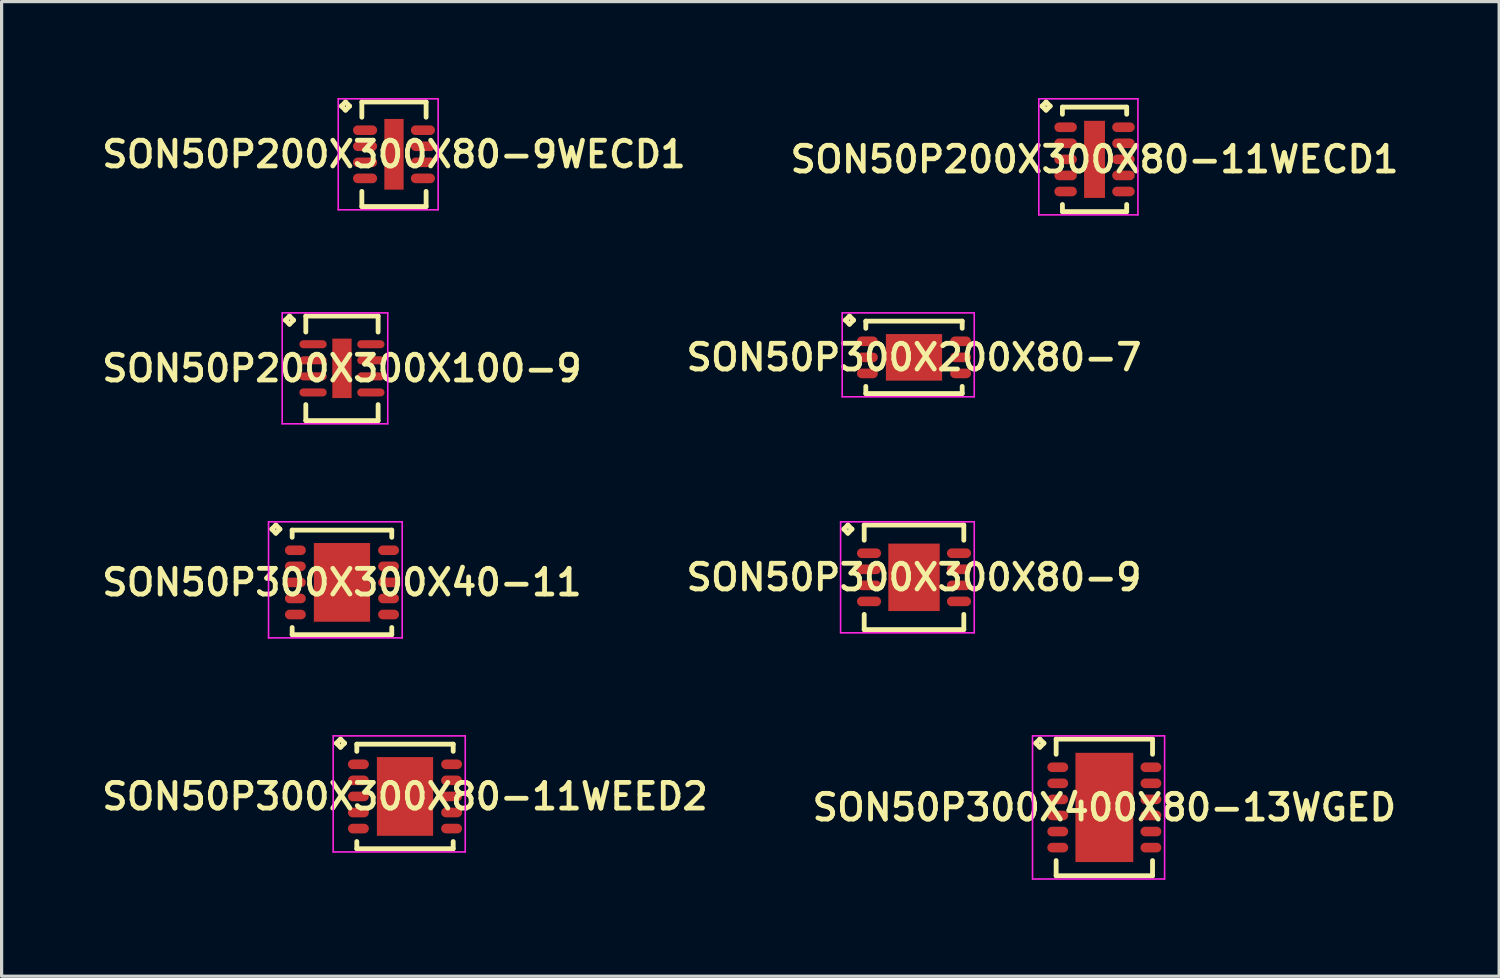
<source format=kicad_pcb>
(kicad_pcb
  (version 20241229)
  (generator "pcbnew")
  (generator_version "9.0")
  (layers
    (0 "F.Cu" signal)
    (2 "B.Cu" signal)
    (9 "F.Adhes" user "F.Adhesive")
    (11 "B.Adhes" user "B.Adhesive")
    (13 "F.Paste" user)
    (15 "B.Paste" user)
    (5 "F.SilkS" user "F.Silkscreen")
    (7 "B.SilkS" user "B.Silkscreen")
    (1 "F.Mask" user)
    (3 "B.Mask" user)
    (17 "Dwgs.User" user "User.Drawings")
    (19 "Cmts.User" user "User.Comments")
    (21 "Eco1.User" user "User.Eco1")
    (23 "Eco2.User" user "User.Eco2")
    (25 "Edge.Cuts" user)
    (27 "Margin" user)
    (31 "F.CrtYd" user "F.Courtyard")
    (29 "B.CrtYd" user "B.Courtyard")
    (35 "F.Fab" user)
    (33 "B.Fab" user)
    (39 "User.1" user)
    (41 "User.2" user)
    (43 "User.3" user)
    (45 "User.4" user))
  (footprint "SON50P200X300X100-9"
    (layer "F.Cu")
    (at 7.593 8.414)
    (property "Reference" "SON50P200X300X100-9" (at 0 0 0) (layer "F.SilkS") (effects (font (size 0.8 0.8) (thickness 0.15))))
    (attr smd)
    (fp_line (start -1.76 -1.5) (end -1.633 -1.627) (stroke (width 0.15) (type solid)) (layer "F.SilkS"))
    (fp_line (start -1.633 -1.627) (end -1.506 -1.5) (stroke (width 0.15) (type solid)) (layer "F.SilkS"))
    (fp_line (start -1.633 -1.373) (end -1.76 -1.5) (stroke (width 0.15) (type solid)) (layer "F.SilkS"))
    (fp_line (start -1.506 -1.5) (end -1.633 -1.373) (stroke (width 0.15) (type solid)) (layer "F.SilkS"))
    (fp_line (start -1.125 -1.627) (end 1.125 -1.627) (stroke (width 0.15) (type solid)) (layer "F.SilkS"))
    (fp_line (start -1.125 -1.129) (end -1.125 -1.627) (stroke (width 0.15) (type solid)) (layer "F.SilkS"))
    (fp_line (start -1.125 1.129) (end -1.125 1.627) (stroke (width 0.15) (type solid)) (layer "F.SilkS"))
    (fp_line (start -1.125 1.627) (end 1.125 1.627) (stroke (width 0.15) (type solid)) (layer "F.SilkS"))
    (fp_line (start 1.125 -1.627) (end 1.125 -1.129) (stroke (width 0.15) (type solid)) (layer "F.SilkS"))
    (fp_line (start 1.125 1.627) (end 1.125 1.129) (stroke (width 0.15) (type solid)) (layer "F.SilkS"))
    (fp_line (start -1.86 -1.727) (end 1.425 -1.727) (stroke (width 0.05) (type solid)) (layer "F.CrtYd"))
    (fp_line (start -1.86 1.727) (end -1.86 -1.727) (stroke (width 0.05) (type solid)) (layer "F.CrtYd"))
    (fp_line (start 1.425 -1.727) (end 1.425 1.727) (stroke (width 0.05) (type solid)) (layer "F.CrtYd"))
    (fp_line (start 1.425 1.727) (end -1.86 1.727) (stroke (width 0.05) (type solid)) (layer "F.CrtYd"))
    (pad "1" smd oval (at -0.9 -0.75) (size 0.85 0.25) (layers "F.Cu" "F.Mask" "F.Paste"))
    (pad "2" smd oval (at -0.9 -0.25) (size 0.85 0.25) (layers "F.Cu" "F.Mask" "F.Paste"))
    (pad "3" smd oval (at -0.9 0.25) (size 0.85 0.25) (layers "F.Cu" "F.Mask" "F.Paste"))
    (pad "4" smd oval (at -0.9 0.75) (size 0.85 0.25) (layers "F.Cu" "F.Mask" "F.Paste"))
    (pad "5" smd oval (at 0.9 0.75) (size 0.85 0.25) (layers "F.Cu" "F.Mask" "F.Paste"))
    (pad "6" smd oval (at 0.9 0.25) (size 0.85 0.25) (layers "F.Cu" "F.Mask" "F.Paste"))
    (pad "7" smd oval (at 0.9 -0.25) (size 0.85 0.25) (layers "F.Cu" "F.Mask" "F.Paste"))
    (pad "8" smd oval (at 0.9 -0.75) (size 0.85 0.25) (layers "F.Cu" "F.Mask" "F.Paste"))
    (pad "9" smd rect (at 0 0) (size 0.6 1.85) (layers "F.Cu" "F.Mask" "F.Paste")))
  (footprint "SON50P300X300X80-9"
    (layer "F.Cu")
    (at 25.397 14.918)
    (property "Reference" "SON50P300X300X80-9" (at 0 0 0) (layer "F.SilkS") (effects (font (size 0.8 0.8) (thickness 0.15))))
    (attr smd)
    (fp_line (start -2.185 -1.5) (end -2.058 -1.627) (stroke (width 0.15) (type solid)) (layer "F.SilkS"))
    (fp_line (start -2.058 -1.627) (end -1.931 -1.5) (stroke (width 0.15) (type solid)) (layer "F.SilkS"))
    (fp_line (start -2.058 -1.373) (end -2.185 -1.5) (stroke (width 0.15) (type solid)) (layer "F.SilkS"))
    (fp_line (start -1.931 -1.5) (end -2.058 -1.373) (stroke (width 0.15) (type solid)) (layer "F.SilkS"))
    (fp_line (start -1.55 -1.627) (end 1.55 -1.627) (stroke (width 0.15) (type solid)) (layer "F.SilkS"))
    (fp_line (start -1.55 -1.154) (end -1.55 -1.627) (stroke (width 0.15) (type solid)) (layer "F.SilkS"))
    (fp_line (start -1.55 1.154) (end -1.55 1.627) (stroke (width 0.15) (type solid)) (layer "F.SilkS"))
    (fp_line (start -1.55 1.627) (end 1.55 1.627) (stroke (width 0.15) (type solid)) (layer "F.SilkS"))
    (fp_line (start 1.55 -1.627) (end 1.55 -1.154) (stroke (width 0.15) (type solid)) (layer "F.SilkS"))
    (fp_line (start 1.55 1.627) (end 1.55 1.154) (stroke (width 0.15) (type solid)) (layer "F.SilkS"))
    (fp_line (start -2.285 -1.727) (end 1.875 -1.727) (stroke (width 0.05) (type solid)) (layer "F.CrtYd"))
    (fp_line (start -2.285 1.727) (end -2.285 -1.727) (stroke (width 0.05) (type solid)) (layer "F.CrtYd"))
    (fp_line (start 1.875 -1.727) (end 1.875 1.727) (stroke (width 0.05) (type solid)) (layer "F.CrtYd"))
    (fp_line (start 1.875 1.727) (end -2.285 1.727) (stroke (width 0.05) (type solid)) (layer "F.CrtYd"))
    (pad "1" smd oval (at -1.4 -0.75) (size 0.75 0.3) (layers "F.Cu" "F.Mask" "F.Paste"))
    (pad "2" smd oval (at -1.4 -0.25) (size 0.75 0.3) (layers "F.Cu" "F.Mask" "F.Paste"))
    (pad "3" smd oval (at -1.4 0.25) (size 0.75 0.3) (layers "F.Cu" "F.Mask" "F.Paste"))
    (pad "4" smd oval (at -1.4 0.75) (size 0.75 0.3) (layers "F.Cu" "F.Mask" "F.Paste"))
    (pad "5" smd oval (at 1.4 0.75) (size 0.75 0.3) (layers "F.Cu" "F.Mask" "F.Paste"))
    (pad "6" smd oval (at 1.4 0.25) (size 0.75 0.3) (layers "F.Cu" "F.Mask" "F.Paste"))
    (pad "7" smd oval (at 1.4 -0.25) (size 0.75 0.3) (layers "F.Cu" "F.Mask" "F.Paste"))
    (pad "8" smd oval (at 1.4 -0.75) (size 0.75 0.3) (layers "F.Cu" "F.Mask" "F.Paste"))
    (pad "9" smd rect (at 0 0) (size 1.6 2.1) (layers "F.Cu" "F.Mask" "F.Paste")))
  (footprint "SON50P200X300X80-11WECD1"
    (layer "F.Cu")
    (at 31.016 1.91)
    (property "Reference" "SON50P200X300X80-11WECD1" (at 0 0 0) (layer "F.SilkS") (effects (font (size 0.8 0.8) (thickness 0.15))))
    (attr smd)
    (fp_line (start -1.635 -1.658) (end -1.508 -1.785) (stroke (width 0.15) (type solid)) (layer "F.SilkS"))
    (fp_line (start -1.508 -1.785) (end -1.381 -1.658) (stroke (width 0.15) (type solid)) (layer "F.SilkS"))
    (fp_line (start -1.508 -1.531) (end -1.635 -1.658) (stroke (width 0.15) (type solid)) (layer "F.SilkS"))
    (fp_line (start -1.381 -1.658) (end -1.508 -1.531) (stroke (width 0.15) (type solid)) (layer "F.SilkS"))
    (fp_line (start -1 -1.627) (end 1 -1.627) (stroke (width 0.15) (type solid)) (layer "F.SilkS"))
    (fp_line (start -1 -1.404) (end -1 -1.627) (stroke (width 0.15) (type solid)) (layer "F.SilkS"))
    (fp_line (start -1 1.404) (end -1 1.627) (stroke (width 0.15) (type solid)) (layer "F.SilkS"))
    (fp_line (start -1 1.627) (end 1 1.627) (stroke (width 0.15) (type solid)) (layer "F.SilkS"))
    (fp_line (start 1 -1.627) (end 1 -1.404) (stroke (width 0.15) (type solid)) (layer "F.SilkS"))
    (fp_line (start 1 1.627) (end 1 1.404) (stroke (width 0.15) (type solid)) (layer "F.SilkS"))
    (fp_line (start -1.735 -1.885) (end 1.35 -1.885) (stroke (width 0.05) (type solid)) (layer "F.CrtYd"))
    (fp_line (start -1.735 1.727) (end -1.735 -1.885) (stroke (width 0.05) (type solid)) (layer "F.CrtYd"))
    (fp_line (start 1.35 -1.885) (end 1.35 1.727) (stroke (width 0.05) (type solid)) (layer "F.CrtYd"))
    (fp_line (start 1.35 1.727) (end -1.735 1.727) (stroke (width 0.05) (type solid)) (layer "F.CrtYd"))
    (pad "1" smd oval (at -0.9 -1) (size 0.7 0.3) (layers "F.Cu" "F.Mask" "F.Paste"))
    (pad "2" smd oval (at -0.9 -0.5) (size 0.7 0.3) (layers "F.Cu" "F.Mask" "F.Paste"))
    (pad "3" smd oval (at -0.9 0) (size 0.7 0.3) (layers "F.Cu" "F.Mask" "F.Paste"))
    (pad "4" smd oval (at -0.9 0.5) (size 0.7 0.3) (layers "F.Cu" "F.Mask" "F.Paste"))
    (pad "5" smd oval (at -0.9 1) (size 0.7 0.3) (layers "F.Cu" "F.Mask" "F.Paste"))
    (pad "6" smd oval (at 0.9 1) (size 0.7 0.3) (layers "F.Cu" "F.Mask" "F.Paste"))
    (pad "7" smd oval (at 0.9 0.5) (size 0.7 0.3) (layers "F.Cu" "F.Mask" "F.Paste"))
    (pad "8" smd oval (at 0.9 0) (size 0.7 0.3) (layers "F.Cu" "F.Mask" "F.Paste"))
    (pad "9" smd oval (at 0.9 -0.5) (size 0.7 0.3) (layers "F.Cu" "F.Mask" "F.Paste"))
    (pad "10" smd oval (at 0.9 -1) (size 0.7 0.3) (layers "F.Cu" "F.Mask" "F.Paste"))
    (pad "11" smd rect (at 0 0) (size 0.65 2.4) (layers "F.Cu" "F.Mask" "F.Paste")))
  (footprint "SON50P300X300X80-11WEED2"
    (layer "F.Cu")
    (at 9.555 21.738)
    (property "Reference" "SON50P300X300X80-11WEED2" (at 0 0 0) (layer "F.SilkS") (effects (font (size 0.8 0.8) (thickness 0.15))))
    (attr smd)
    (fp_line (start -2.135 -1.658) (end -2.008 -1.785) (stroke (width 0.15) (type solid)) (layer "F.SilkS"))
    (fp_line (start -2.008 -1.785) (end -1.881 -1.658) (stroke (width 0.15) (type solid)) (layer "F.SilkS"))
    (fp_line (start -2.008 -1.531) (end -2.135 -1.658) (stroke (width 0.15) (type solid)) (layer "F.SilkS"))
    (fp_line (start -1.881 -1.658) (end -2.008 -1.531) (stroke (width 0.15) (type solid)) (layer "F.SilkS"))
    (fp_line (start -1.5 -1.627) (end 1.5 -1.627) (stroke (width 0.15) (type solid)) (layer "F.SilkS"))
    (fp_line (start -1.5 -1.404) (end -1.5 -1.627) (stroke (width 0.15) (type solid)) (layer "F.SilkS"))
    (fp_line (start -1.5 1.404) (end -1.5 1.627) (stroke (width 0.15) (type solid)) (layer "F.SilkS"))
    (fp_line (start -1.5 1.627) (end 1.5 1.627) (stroke (width 0.15) (type solid)) (layer "F.SilkS"))
    (fp_line (start 1.5 -1.627) (end 1.5 -1.404) (stroke (width 0.15) (type solid)) (layer "F.SilkS"))
    (fp_line (start 1.5 1.627) (end 1.5 1.404) (stroke (width 0.15) (type solid)) (layer "F.SilkS"))
    (fp_line (start -2.235 -1.885) (end 1.875 -1.885) (stroke (width 0.05) (type solid)) (layer "F.CrtYd"))
    (fp_line (start -2.235 1.727) (end -2.235 -1.885) (stroke (width 0.05) (type solid)) (layer "F.CrtYd"))
    (fp_line (start 1.875 -1.885) (end 1.875 1.727) (stroke (width 0.05) (type solid)) (layer "F.CrtYd"))
    (fp_line (start 1.875 1.727) (end -2.235 1.727) (stroke (width 0.05) (type solid)) (layer "F.CrtYd"))
    (pad "1" smd oval (at -1.45 -1) (size 0.65 0.3) (layers "F.Cu" "F.Mask" "F.Paste"))
    (pad "2" smd oval (at -1.45 -0.5) (size 0.65 0.3) (layers "F.Cu" "F.Mask" "F.Paste"))
    (pad "3" smd oval (at -1.45 0) (size 0.65 0.3) (layers "F.Cu" "F.Mask" "F.Paste"))
    (pad "4" smd oval (at -1.45 0.5) (size 0.65 0.3) (layers "F.Cu" "F.Mask" "F.Paste"))
    (pad "5" smd oval (at -1.45 1) (size 0.65 0.3) (layers "F.Cu" "F.Mask" "F.Paste"))
    (pad "6" smd oval (at 1.45 1) (size 0.65 0.3) (layers "F.Cu" "F.Mask" "F.Paste"))
    (pad "7" smd oval (at 1.45 0.5) (size 0.65 0.3) (layers "F.Cu" "F.Mask" "F.Paste"))
    (pad "8" smd oval (at 1.45 0) (size 0.65 0.3) (layers "F.Cu" "F.Mask" "F.Paste"))
    (pad "9" smd oval (at 1.45 -0.5) (size 0.65 0.3) (layers "F.Cu" "F.Mask" "F.Paste"))
    (pad "10" smd oval (at 1.45 -1) (size 0.65 0.3) (layers "F.Cu" "F.Mask" "F.Paste"))
    (pad "11" smd rect (at 0 0) (size 1.75 2.45) (layers "F.Cu" "F.Mask" "F.Paste")))
  (footprint "SON50P300X400X80-13WGED"
    (layer "F.Cu")
    (at 31.321 22.08)
    (property "Reference" "SON50P300X400X80-13WGED" (at 0 0 0) (layer "F.SilkS") (effects (font (size 0.8 0.8) (thickness 0.15))))
    (attr smd)
    (fp_line (start -2.135 -2) (end -2.008 -2.127) (stroke (width 0.15) (type solid)) (layer "F.SilkS"))
    (fp_line (start -2.008 -2.127) (end -1.881 -2) (stroke (width 0.15) (type solid)) (layer "F.SilkS"))
    (fp_line (start -2.008 -1.873) (end -2.135 -2) (stroke (width 0.15) (type solid)) (layer "F.SilkS"))
    (fp_line (start -1.881 -2) (end -2.008 -1.873) (stroke (width 0.15) (type solid)) (layer "F.SilkS"))
    (fp_line (start -1.5 -2.127) (end 1.5 -2.127) (stroke (width 0.15) (type solid)) (layer "F.SilkS"))
    (fp_line (start -1.5 -1.654) (end -1.5 -2.127) (stroke (width 0.15) (type solid)) (layer "F.SilkS"))
    (fp_line (start -1.5 1.654) (end -1.5 2.127) (stroke (width 0.15) (type solid)) (layer "F.SilkS"))
    (fp_line (start -1.5 2.127) (end 1.5 2.127) (stroke (width 0.15) (type solid)) (layer "F.SilkS"))
    (fp_line (start 1.5 -2.127) (end 1.5 -1.654) (stroke (width 0.15) (type solid)) (layer "F.SilkS"))
    (fp_line (start 1.5 2.127) (end 1.5 1.654) (stroke (width 0.15) (type solid)) (layer "F.SilkS"))
    (fp_line (start -2.235 -2.227) (end 1.875 -2.227) (stroke (width 0.05) (type solid)) (layer "F.CrtYd"))
    (fp_line (start -2.235 2.227) (end -2.235 -2.227) (stroke (width 0.05) (type solid)) (layer "F.CrtYd"))
    (fp_line (start 1.875 -2.227) (end 1.875 2.227) (stroke (width 0.05) (type solid)) (layer "F.CrtYd"))
    (fp_line (start 1.875 2.227) (end -2.235 2.227) (stroke (width 0.05) (type solid)) (layer "F.CrtYd"))
    (pad "1" smd oval (at -1.45 -1.25) (size 0.65 0.3) (layers "F.Cu" "F.Mask" "F.Paste"))
    (pad "2" smd oval (at -1.45 -0.75) (size 0.65 0.3) (layers "F.Cu" "F.Mask" "F.Paste"))
    (pad "3" smd oval (at -1.45 -0.25) (size 0.65 0.3) (layers "F.Cu" "F.Mask" "F.Paste"))
    (pad "4" smd oval (at -1.45 0.25) (size 0.65 0.3) (layers "F.Cu" "F.Mask" "F.Paste"))
    (pad "5" smd oval (at -1.45 0.75) (size 0.65 0.3) (layers "F.Cu" "F.Mask" "F.Paste"))
    (pad "6" smd oval (at -1.45 1.25) (size 0.65 0.3) (layers "F.Cu" "F.Mask" "F.Paste"))
    (pad "7" smd oval (at 1.45 1.25) (size 0.65 0.3) (layers "F.Cu" "F.Mask" "F.Paste"))
    (pad "8" smd oval (at 1.45 0.75) (size 0.65 0.3) (layers "F.Cu" "F.Mask" "F.Paste"))
    (pad "9" smd oval (at 1.45 0.25) (size 0.65 0.3) (layers "F.Cu" "F.Mask" "F.Paste"))
    (pad "10" smd oval (at 1.45 -0.25) (size 0.65 0.3) (layers "F.Cu" "F.Mask" "F.Paste"))
    (pad "11" smd oval (at 1.45 -0.75) (size 0.65 0.3) (layers "F.Cu" "F.Mask" "F.Paste"))
    (pad "12" smd oval (at 1.45 -1.25) (size 0.65 0.3) (layers "F.Cu" "F.Mask" "F.Paste"))
    (pad "13" smd rect (at 0 0) (size 1.8 3.4) (layers "F.Cu" "F.Mask" "F.Paste")))
  (footprint "SON50P200X300X80-9WECD1"
    (layer "F.Cu")
    (at 9.212 1.752)
    (property "Reference" "SON50P200X300X80-9WECD1" (at 0 0 0) (layer "F.SilkS") (effects (font (size 0.8 0.8) (thickness 0.15))))
    (attr smd)
    (fp_line (start -1.635 -1.5) (end -1.508 -1.627) (stroke (width 0.15) (type solid)) (layer "F.SilkS"))
    (fp_line (start -1.508 -1.627) (end -1.381 -1.5) (stroke (width 0.15) (type solid)) (layer "F.SilkS"))
    (fp_line (start -1.508 -1.373) (end -1.635 -1.5) (stroke (width 0.15) (type solid)) (layer "F.SilkS"))
    (fp_line (start -1.381 -1.5) (end -1.508 -1.373) (stroke (width 0.15) (type solid)) (layer "F.SilkS"))
    (fp_line (start -1 -1.627) (end 1 -1.627) (stroke (width 0.15) (type solid)) (layer "F.SilkS"))
    (fp_line (start -1 -1.154) (end -1 -1.627) (stroke (width 0.15) (type solid)) (layer "F.SilkS"))
    (fp_line (start -1 1.154) (end -1 1.627) (stroke (width 0.15) (type solid)) (layer "F.SilkS"))
    (fp_line (start -1 1.627) (end 1 1.627) (stroke (width 0.15) (type solid)) (layer "F.SilkS"))
    (fp_line (start 1 -1.627) (end 1 -1.154) (stroke (width 0.15) (type solid)) (layer "F.SilkS"))
    (fp_line (start 1 1.627) (end 1 1.154) (stroke (width 0.15) (type solid)) (layer "F.SilkS"))
    (fp_line (start -1.735 -1.727) (end 1.375 -1.727) (stroke (width 0.05) (type solid)) (layer "F.CrtYd"))
    (fp_line (start -1.735 1.727) (end -1.735 -1.727) (stroke (width 0.05) (type solid)) (layer "F.CrtYd"))
    (fp_line (start 1.375 -1.727) (end 1.375 1.727) (stroke (width 0.05) (type solid)) (layer "F.CrtYd"))
    (fp_line (start 1.375 1.727) (end -1.735 1.727) (stroke (width 0.05) (type solid)) (layer "F.CrtYd"))
    (pad "1" smd oval (at -0.9 -0.75) (size 0.75 0.3) (layers "F.Cu" "F.Mask" "F.Paste"))
    (pad "2" smd oval (at -0.9 -0.25) (size 0.75 0.3) (layers "F.Cu" "F.Mask" "F.Paste"))
    (pad "3" smd oval (at -0.9 0.25) (size 0.75 0.3) (layers "F.Cu" "F.Mask" "F.Paste"))
    (pad "4" smd oval (at -0.9 0.75) (size 0.75 0.3) (layers "F.Cu" "F.Mask" "F.Paste"))
    (pad "5" smd oval (at 0.9 0.75) (size 0.75 0.3) (layers "F.Cu" "F.Mask" "F.Paste"))
    (pad "6" smd oval (at 0.9 0.25) (size 0.75 0.3) (layers "F.Cu" "F.Mask" "F.Paste"))
    (pad "7" smd oval (at 0.9 -0.25) (size 0.75 0.3) (layers "F.Cu" "F.Mask" "F.Paste"))
    (pad "8" smd oval (at 0.9 -0.75) (size 0.75 0.3) (layers "F.Cu" "F.Mask" "F.Paste"))
    (pad "9" smd rect (at 0 0) (size 0.6 2.2) (layers "F.Cu" "F.Mask" "F.Paste")))
  (footprint "SON50P300X300X40-11"
    (layer "F.Cu")
    (at 7.593 15.076)
    (property "Reference" "SON50P300X300X40-11" (at 0 0 0) (layer "F.SilkS") (effects (font (size 0.8 0.8) (thickness 0.15))))
    (attr smd)
    (fp_line (start -2.185 -1.658) (end -2.058 -1.785) (stroke (width 0.15) (type solid)) (layer "F.SilkS"))
    (fp_line (start -2.058 -1.785) (end -1.931 -1.658) (stroke (width 0.15) (type solid)) (layer "F.SilkS"))
    (fp_line (start -2.058 -1.531) (end -2.185 -1.658) (stroke (width 0.15) (type solid)) (layer "F.SilkS"))
    (fp_line (start -1.931 -1.658) (end -2.058 -1.531) (stroke (width 0.15) (type solid)) (layer "F.SilkS"))
    (fp_line (start -1.55 -1.627) (end 1.55 -1.627) (stroke (width 0.15) (type solid)) (layer "F.SilkS"))
    (fp_line (start -1.55 -1.404) (end -1.55 -1.627) (stroke (width 0.15) (type solid)) (layer "F.SilkS"))
    (fp_line (start -1.55 1.404) (end -1.55 1.627) (stroke (width 0.15) (type solid)) (layer "F.SilkS"))
    (fp_line (start -1.55 1.627) (end 1.55 1.627) (stroke (width 0.15) (type solid)) (layer "F.SilkS"))
    (fp_line (start 1.55 -1.627) (end 1.55 -1.404) (stroke (width 0.15) (type solid)) (layer "F.SilkS"))
    (fp_line (start 1.55 1.627) (end 1.55 1.404) (stroke (width 0.15) (type solid)) (layer "F.SilkS"))
    (fp_line (start -2.285 -1.885) (end 1.875 -1.885) (stroke (width 0.05) (type solid)) (layer "F.CrtYd"))
    (fp_line (start -2.285 1.727) (end -2.285 -1.885) (stroke (width 0.05) (type solid)) (layer "F.CrtYd"))
    (fp_line (start 1.875 -1.885) (end 1.875 1.727) (stroke (width 0.05) (type solid)) (layer "F.CrtYd"))
    (fp_line (start 1.875 1.727) (end -2.285 1.727) (stroke (width 0.05) (type solid)) (layer "F.CrtYd"))
    (pad "1" smd oval (at -1.45 -1) (size 0.65 0.3) (layers "F.Cu" "F.Mask" "F.Paste"))
    (pad "2" smd oval (at -1.45 -0.5) (size 0.65 0.3) (layers "F.Cu" "F.Mask" "F.Paste"))
    (pad "3" smd oval (at -1.45 0) (size 0.65 0.3) (layers "F.Cu" "F.Mask" "F.Paste"))
    (pad "4" smd oval (at -1.45 0.5) (size 0.65 0.3) (layers "F.Cu" "F.Mask" "F.Paste"))
    (pad "5" smd oval (at -1.45 1) (size 0.65 0.3) (layers "F.Cu" "F.Mask" "F.Paste"))
    (pad "6" smd oval (at 1.45 1) (size 0.65 0.3) (layers "F.Cu" "F.Mask" "F.Paste"))
    (pad "7" smd oval (at 1.45 0.5) (size 0.65 0.3) (layers "F.Cu" "F.Mask" "F.Paste"))
    (pad "8" smd oval (at 1.45 0) (size 0.65 0.3) (layers "F.Cu" "F.Mask" "F.Paste"))
    (pad "9" smd oval (at 1.45 -0.5) (size 0.65 0.3) (layers "F.Cu" "F.Mask" "F.Paste"))
    (pad "10" smd oval (at 1.45 -1) (size 0.65 0.3) (layers "F.Cu" "F.Mask" "F.Paste"))
    (pad "11" smd rect (at 0 0) (size 1.75 2.45) (layers "F.Cu" "F.Mask" "F.Paste")))
  (footprint "SON50P300X200X80-7"
    (layer "F.Cu")
    (at 25.397 8.072)
    (property "Reference" "SON50P300X200X80-7" (at 0 0 0) (layer "F.SilkS") (effects (font (size 0.8 0.8) (thickness 0.15))))
    (attr smd)
    (fp_line (start -2.135 -1.158) (end -2.008 -1.285) (stroke (width 0.15) (type solid)) (layer "F.SilkS"))
    (fp_line (start -2.008 -1.285) (end -1.881 -1.158) (stroke (width 0.15) (type solid)) (layer "F.SilkS"))
    (fp_line (start -2.008 -1.031) (end -2.135 -1.158) (stroke (width 0.15) (type solid)) (layer "F.SilkS"))
    (fp_line (start -1.881 -1.158) (end -2.008 -1.031) (stroke (width 0.15) (type solid)) (layer "F.SilkS"))
    (fp_line (start -1.5 -1.127) (end 1.5 -1.127) (stroke (width 0.15) (type solid)) (layer "F.SilkS"))
    (fp_line (start -1.5 -0.904) (end -1.5 -1.127) (stroke (width 0.15) (type solid)) (layer "F.SilkS"))
    (fp_line (start -1.5 0.904) (end -1.5 1.127) (stroke (width 0.15) (type solid)) (layer "F.SilkS"))
    (fp_line (start -1.5 1.127) (end 1.5 1.127) (stroke (width 0.15) (type solid)) (layer "F.SilkS"))
    (fp_line (start 1.5 -1.127) (end 1.5 -0.904) (stroke (width 0.15) (type solid)) (layer "F.SilkS"))
    (fp_line (start 1.5 1.127) (end 1.5 0.904) (stroke (width 0.15) (type solid)) (layer "F.SilkS"))
    (fp_line (start -2.235 -1.385) (end 1.875 -1.385) (stroke (width 0.05) (type solid)) (layer "F.CrtYd"))
    (fp_line (start -2.235 1.227) (end -2.235 -1.385) (stroke (width 0.05) (type solid)) (layer "F.CrtYd"))
    (fp_line (start 1.875 -1.385) (end 1.875 1.227) (stroke (width 0.05) (type solid)) (layer "F.CrtYd"))
    (fp_line (start 1.875 1.227) (end -2.235 1.227) (stroke (width 0.05) (type solid)) (layer "F.CrtYd"))
    (pad "1" smd oval (at -1.45 -0.5) (size 0.65 0.3) (layers "F.Cu" "F.Mask" "F.Paste"))
    (pad "2" smd oval (at -1.45 0) (size 0.65 0.3) (layers "F.Cu" "F.Mask" "F.Paste"))
    (pad "3" smd oval (at -1.45 0.5) (size 0.65 0.3) (layers "F.Cu" "F.Mask" "F.Paste"))
    (pad "4" smd oval (at 1.45 0.5) (size 0.65 0.3) (layers "F.Cu" "F.Mask" "F.Paste"))
    (pad "5" smd oval (at 1.45 0) (size 0.65 0.3) (layers "F.Cu" "F.Mask" "F.Paste"))
    (pad "6" smd oval (at 1.45 -0.5) (size 0.65 0.3) (layers "F.Cu" "F.Mask" "F.Paste"))
    (pad "7" smd rect (at 0 0) (size 1.75 1.45) (layers "F.Cu" "F.Mask" "F.Paste")))
  (gr_rect
    (start -3 -3)
    (end 43.609 27.332)
    (stroke (width 0.1) (type default))
    (fill no)
    (layer "Edge.Cuts")))
</source>
